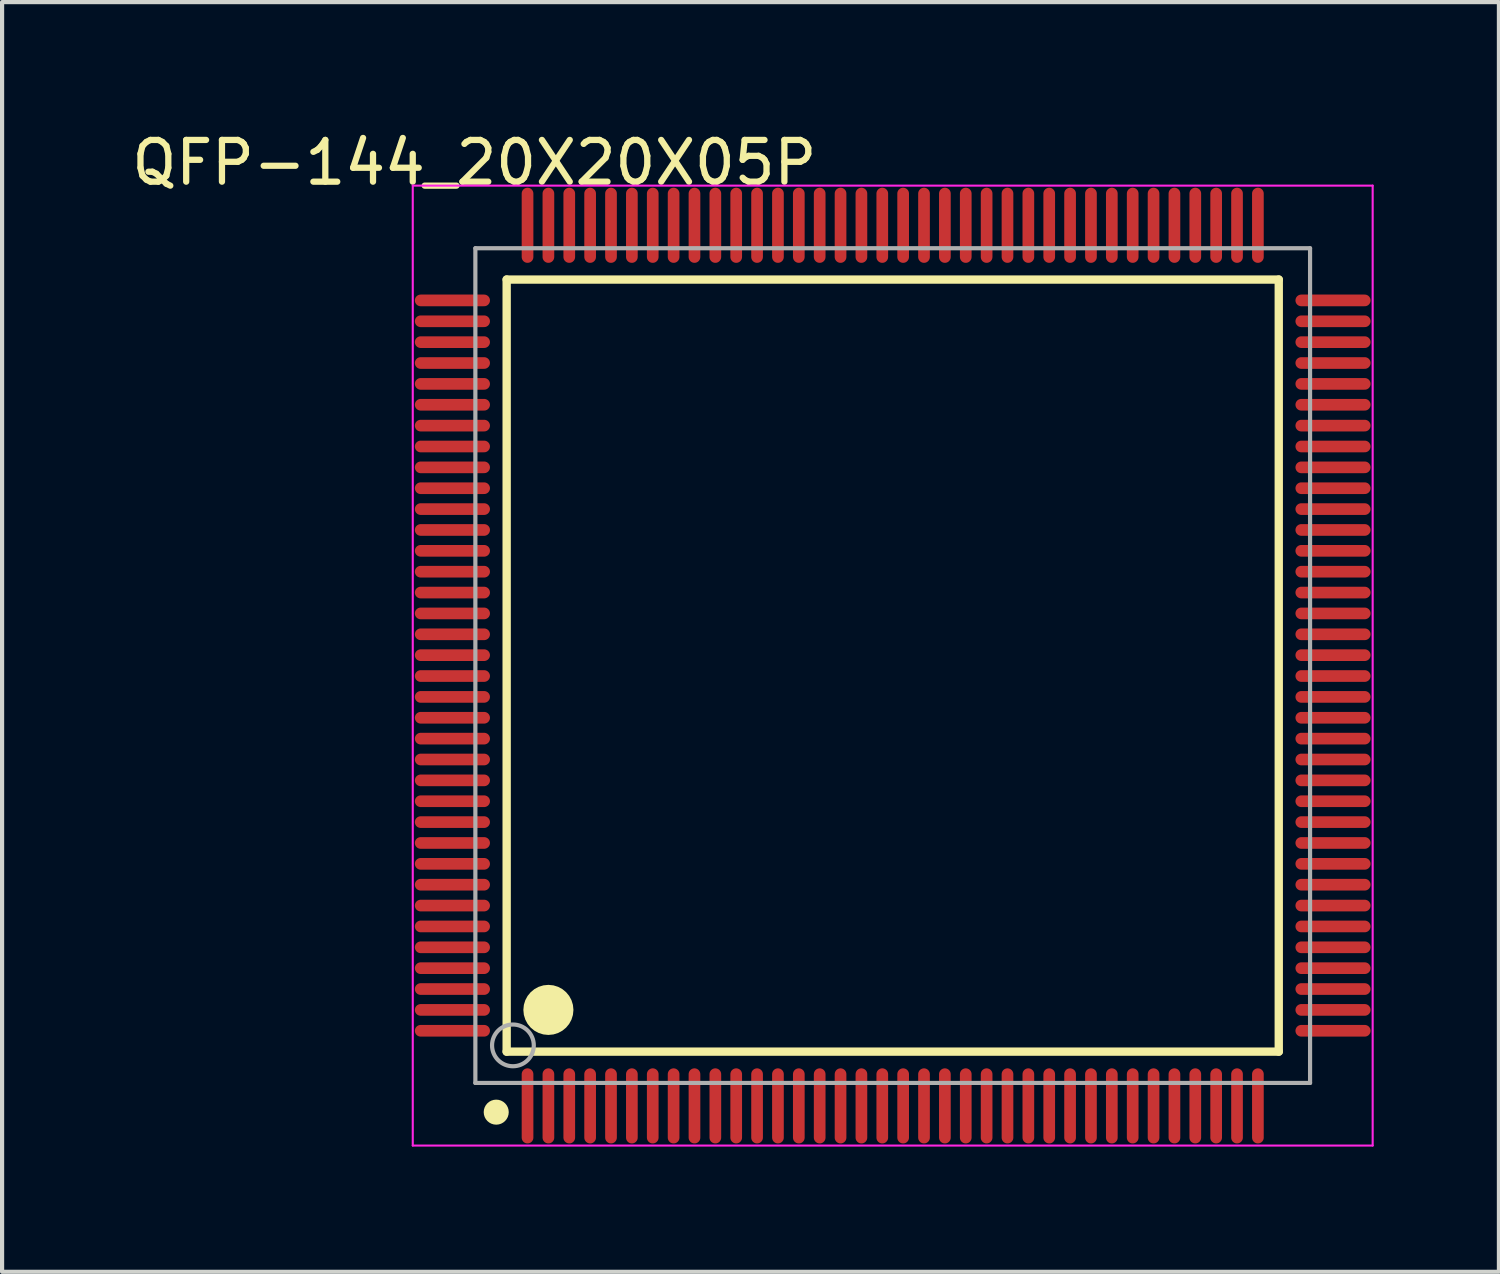
<source format=kicad_pcb>
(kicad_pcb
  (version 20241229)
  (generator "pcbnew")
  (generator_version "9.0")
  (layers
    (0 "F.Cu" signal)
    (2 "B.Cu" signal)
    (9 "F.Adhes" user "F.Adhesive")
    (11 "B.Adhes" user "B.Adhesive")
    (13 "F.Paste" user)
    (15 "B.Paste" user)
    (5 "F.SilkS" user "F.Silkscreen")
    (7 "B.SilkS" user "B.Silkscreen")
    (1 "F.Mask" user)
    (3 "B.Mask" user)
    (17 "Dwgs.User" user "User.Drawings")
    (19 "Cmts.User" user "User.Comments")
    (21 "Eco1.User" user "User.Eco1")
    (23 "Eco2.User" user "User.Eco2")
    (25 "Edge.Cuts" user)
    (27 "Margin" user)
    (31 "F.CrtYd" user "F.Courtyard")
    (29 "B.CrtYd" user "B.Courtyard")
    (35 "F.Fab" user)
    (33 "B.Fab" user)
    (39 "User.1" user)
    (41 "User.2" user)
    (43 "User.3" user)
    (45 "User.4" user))
  (footprint "QFP-144_20X20X05P"
    (layer "F.Cu")
    (at 18.34 12.898)
    (property "Reference" "QFP-144_20X20X05P" (at -10.024 -12.05 0) (layer "F.SilkS") (effects (font (size 1 1) (thickness 0.15))))
    (attr through_hole)
    (fp_line (start -9.25 -9.25) (end 9.25 -9.25) (stroke (width 0.2) (type solid)) (layer "F.SilkS"))
    (fp_line (start -9.25 9.25) (end -9.25 -9.25) (stroke (width 0.2) (type solid)) (layer "F.SilkS"))
    (fp_line (start -9.25 9.25) (end 9.25 9.25) (stroke (width 0.2) (type solid)) (layer "F.SilkS"))
    (fp_line (start 9.25 9.25) (end 9.25 -9.25) (stroke (width 0.2) (type solid)) (layer "F.SilkS"))
    (fp_circle (center -9.5 10.7) (end -9.35 10.7) (stroke (width 0.3) (type solid)) (fill no) (layer "F.SilkS"))
    (fp_circle (center -8.25 8.25) (end -7.95 8.25) (stroke (width 0.6) (type solid)) (fill no) (layer "F.SilkS"))
    (fp_line (start -11.5 -11.5) (end 11.5 -11.5) (stroke (width 0.05) (type solid)) (layer "F.CrtYd"))
    (fp_line (start -11.5 11.5) (end -11.5 -11.5) (stroke (width 0.05) (type solid)) (layer "F.CrtYd"))
    (fp_line (start 11.5 -11.5) (end 11.5 11.5) (stroke (width 0.05) (type solid)) (layer "F.CrtYd"))
    (fp_line (start 11.5 11.5) (end -11.5 11.5) (stroke (width 0.05) (type solid)) (layer "F.CrtYd"))
    (fp_line (start -10 -10) (end 10 -10) (stroke (width 0.1) (type solid)) (layer "F.Fab"))
    (fp_line (start -10 10) (end -10 -10) (stroke (width 0.1) (type solid)) (layer "F.Fab"))
    (fp_line (start -10 10) (end 10 10) (stroke (width 0.1) (type solid)) (layer "F.Fab"))
    (fp_line (start 10 10) (end 10 -10) (stroke (width 0.1) (type solid)) (layer "F.Fab"))
    (fp_circle (center -9.1 9.1) (end -8.6 9.1) (stroke (width 0.1) (type solid)) (fill no) (layer "F.Fab"))
    (pad "1" smd oval (at -8.75 10.55 180) (size 0.28 1.8) (layers "F.Cu" "F.Mask" "F.Paste"))
    (pad "2" smd oval (at -8.25 10.55 180) (size 0.28 1.8) (layers "F.Cu" "F.Mask" "F.Paste"))
    (pad "3" smd oval (at -7.75 10.55 180) (size 0.28 1.8) (layers "F.Cu" "F.Mask" "F.Paste"))
    (pad "4" smd oval (at -7.25 10.55 180) (size 0.28 1.8) (layers "F.Cu" "F.Mask" "F.Paste"))
    (pad "5" smd oval (at -6.75 10.55 180) (size 0.28 1.8) (layers "F.Cu" "F.Mask" "F.Paste"))
    (pad "6" smd oval (at -6.25 10.55 180) (size 0.28 1.8) (layers "F.Cu" "F.Mask" "F.Paste"))
    (pad "7" smd oval (at -5.75 10.55 180) (size 0.28 1.8) (layers "F.Cu" "F.Mask" "F.Paste"))
    (pad "8" smd oval (at -5.25 10.55 180) (size 0.28 1.8) (layers "F.Cu" "F.Mask" "F.Paste"))
    (pad "9" smd oval (at -4.75 10.55 180) (size 0.28 1.8) (layers "F.Cu" "F.Mask" "F.Paste"))
    (pad "10" smd oval (at -4.25 10.55 180) (size 0.28 1.8) (layers "F.Cu" "F.Mask" "F.Paste"))
    (pad "11" smd oval (at -3.75 10.55 180) (size 0.28 1.8) (layers "F.Cu" "F.Mask" "F.Paste"))
    (pad "12" smd oval (at -3.25 10.55 180) (size 0.28 1.8) (layers "F.Cu" "F.Mask" "F.Paste"))
    (pad "13" smd oval (at -2.75 10.55 180) (size 0.28 1.8) (layers "F.Cu" "F.Mask" "F.Paste"))
    (pad "14" smd oval (at -2.25 10.55 180) (size 0.28 1.8) (layers "F.Cu" "F.Mask" "F.Paste"))
    (pad "15" smd oval (at -1.75 10.55 180) (size 0.28 1.8) (layers "F.Cu" "F.Mask" "F.Paste"))
    (pad "16" smd oval (at -1.25 10.55 180) (size 0.28 1.8) (layers "F.Cu" "F.Mask" "F.Paste"))
    (pad "17" smd oval (at -0.75 10.55 180) (size 0.28 1.8) (layers "F.Cu" "F.Mask" "F.Paste"))
    (pad "18" smd oval (at -0.25 10.55 180) (size 0.28 1.8) (layers "F.Cu" "F.Mask" "F.Paste"))
    (pad "19" smd oval (at 0.25 10.55 180) (size 0.28 1.8) (layers "F.Cu" "F.Mask" "F.Paste"))
    (pad "20" smd oval (at 0.75 10.55 180) (size 0.28 1.8) (layers "F.Cu" "F.Mask" "F.Paste"))
    (pad "21" smd oval (at 1.25 10.55 180) (size 0.28 1.8) (layers "F.Cu" "F.Mask" "F.Paste"))
    (pad "22" smd oval (at 1.75 10.55 180) (size 0.28 1.8) (layers "F.Cu" "F.Mask" "F.Paste"))
    (pad "23" smd oval (at 2.25 10.55 180) (size 0.28 1.8) (layers "F.Cu" "F.Mask" "F.Paste"))
    (pad "24" smd oval (at 2.75 10.55 180) (size 0.28 1.8) (layers "F.Cu" "F.Mask" "F.Paste"))
    (pad "25" smd oval (at 3.25 10.55 180) (size 0.28 1.8) (layers "F.Cu" "F.Mask" "F.Paste"))
    (pad "26" smd oval (at 3.75 10.55 180) (size 0.28 1.8) (layers "F.Cu" "F.Mask" "F.Paste"))
    (pad "27" smd oval (at 4.25 10.55 180) (size 0.28 1.8) (layers "F.Cu" "F.Mask" "F.Paste"))
    (pad "28" smd oval (at 4.75 10.55 180) (size 0.28 1.8) (layers "F.Cu" "F.Mask" "F.Paste"))
    (pad "29" smd oval (at 5.25 10.55 180) (size 0.28 1.8) (layers "F.Cu" "F.Mask" "F.Paste"))
    (pad "30" smd oval (at 5.75 10.55 180) (size 0.28 1.8) (layers "F.Cu" "F.Mask" "F.Paste"))
    (pad "31" smd oval (at 6.25 10.55 180) (size 0.28 1.8) (layers "F.Cu" "F.Mask" "F.Paste"))
    (pad "32" smd oval (at 6.75 10.55 180) (size 0.28 1.8) (layers "F.Cu" "F.Mask" "F.Paste"))
    (pad "33" smd oval (at 7.25 10.55 180) (size 0.28 1.8) (layers "F.Cu" "F.Mask" "F.Paste"))
    (pad "34" smd oval (at 7.75 10.55 180) (size 0.28 1.8) (layers "F.Cu" "F.Mask" "F.Paste"))
    (pad "35" smd oval (at 8.25 10.55 180) (size 0.28 1.8) (layers "F.Cu" "F.Mask" "F.Paste"))
    (pad "36" smd oval (at 8.75 10.55 180) (size 0.28 1.8) (layers "F.Cu" "F.Mask" "F.Paste"))
    (pad "37" smd oval (at 10.55 8.75 90) (size 0.28 1.8) (layers "F.Cu" "F.Mask" "F.Paste"))
    (pad "38" smd oval (at 10.55 8.25 90) (size 0.28 1.8) (layers "F.Cu" "F.Mask" "F.Paste"))
    (pad "39" smd oval (at 10.55 7.75 90) (size 0.28 1.8) (layers "F.Cu" "F.Mask" "F.Paste"))
    (pad "40" smd oval (at 10.55 7.25 90) (size 0.28 1.8) (layers "F.Cu" "F.Mask" "F.Paste"))
    (pad "41" smd oval (at 10.55 6.75 90) (size 0.28 1.8) (layers "F.Cu" "F.Mask" "F.Paste"))
    (pad "42" smd oval (at 10.55 6.25 90) (size 0.28 1.8) (layers "F.Cu" "F.Mask" "F.Paste"))
    (pad "43" smd oval (at 10.55 5.75 90) (size 0.28 1.8) (layers "F.Cu" "F.Mask" "F.Paste"))
    (pad "44" smd oval (at 10.55 5.25 90) (size 0.28 1.8) (layers "F.Cu" "F.Mask" "F.Paste"))
    (pad "45" smd oval (at 10.55 4.75 90) (size 0.28 1.8) (layers "F.Cu" "F.Mask" "F.Paste"))
    (pad "46" smd oval (at 10.55 4.25 90) (size 0.28 1.8) (layers "F.Cu" "F.Mask" "F.Paste"))
    (pad "47" smd oval (at 10.55 3.75 90) (size 0.28 1.8) (layers "F.Cu" "F.Mask" "F.Paste"))
    (pad "48" smd oval (at 10.55 3.25 90) (size 0.28 1.8) (layers "F.Cu" "F.Mask" "F.Paste"))
    (pad "49" smd oval (at 10.55 2.75 90) (size 0.28 1.8) (layers "F.Cu" "F.Mask" "F.Paste"))
    (pad "50" smd oval (at 10.55 2.25 90) (size 0.28 1.8) (layers "F.Cu" "F.Mask" "F.Paste"))
    (pad "51" smd oval (at 10.55 1.75 90) (size 0.28 1.8) (layers "F.Cu" "F.Mask" "F.Paste"))
    (pad "52" smd oval (at 10.55 1.25 90) (size 0.28 1.8) (layers "F.Cu" "F.Mask" "F.Paste"))
    (pad "53" smd oval (at 10.55 0.75 90) (size 0.28 1.8) (layers "F.Cu" "F.Mask" "F.Paste"))
    (pad "54" smd oval (at 10.55 0.25 90) (size 0.28 1.8) (layers "F.Cu" "F.Mask" "F.Paste"))
    (pad "55" smd oval (at 10.55 -0.25 90) (size 0.28 1.8) (layers "F.Cu" "F.Mask" "F.Paste"))
    (pad "56" smd oval (at 10.55 -0.75 90) (size 0.28 1.8) (layers "F.Cu" "F.Mask" "F.Paste"))
    (pad "57" smd oval (at 10.55 -1.25 90) (size 0.28 1.8) (layers "F.Cu" "F.Mask" "F.Paste"))
    (pad "58" smd oval (at 10.55 -1.75 90) (size 0.28 1.8) (layers "F.Cu" "F.Mask" "F.Paste"))
    (pad "59" smd oval (at 10.55 -2.25 90) (size 0.28 1.8) (layers "F.Cu" "F.Mask" "F.Paste"))
    (pad "60" smd oval (at 10.55 -2.75 90) (size 0.28 1.8) (layers "F.Cu" "F.Mask" "F.Paste"))
    (pad "61" smd oval (at 10.55 -3.25 90) (size 0.28 1.8) (layers "F.Cu" "F.Mask" "F.Paste"))
    (pad "62" smd oval (at 10.55 -3.75 90) (size 0.28 1.8) (layers "F.Cu" "F.Mask" "F.Paste"))
    (pad "63" smd oval (at 10.55 -4.25 90) (size 0.28 1.8) (layers "F.Cu" "F.Mask" "F.Paste"))
    (pad "64" smd oval (at 10.55 -4.75 90) (size 0.28 1.8) (layers "F.Cu" "F.Mask" "F.Paste"))
    (pad "65" smd oval (at 10.55 -5.25 90) (size 0.28 1.8) (layers "F.Cu" "F.Mask" "F.Paste"))
    (pad "66" smd oval (at 10.55 -5.75 90) (size 0.28 1.8) (layers "F.Cu" "F.Mask" "F.Paste"))
    (pad "67" smd oval (at 10.55 -6.25 90) (size 0.28 1.8) (layers "F.Cu" "F.Mask" "F.Paste"))
    (pad "68" smd oval (at 10.55 -6.75 90) (size 0.28 1.8) (layers "F.Cu" "F.Mask" "F.Paste"))
    (pad "69" smd oval (at 10.55 -7.25 90) (size 0.28 1.8) (layers "F.Cu" "F.Mask" "F.Paste"))
    (pad "70" smd oval (at 10.55 -7.75 90) (size 0.28 1.8) (layers "F.Cu" "F.Mask" "F.Paste"))
    (pad "71" smd oval (at 10.55 -8.25 90) (size 0.28 1.8) (layers "F.Cu" "F.Mask" "F.Paste"))
    (pad "72" smd oval (at 10.55 -8.75 90) (size 0.28 1.8) (layers "F.Cu" "F.Mask" "F.Paste"))
    (pad "73" smd oval (at 8.75 -10.55 180) (size 0.28 1.8) (layers "F.Cu" "F.Mask" "F.Paste"))
    (pad "74" smd oval (at 8.25 -10.55 180) (size 0.28 1.8) (layers "F.Cu" "F.Mask" "F.Paste"))
    (pad "75" smd oval (at 7.75 -10.55 180) (size 0.28 1.8) (layers "F.Cu" "F.Mask" "F.Paste"))
    (pad "76" smd oval (at 7.25 -10.55 180) (size 0.28 1.8) (layers "F.Cu" "F.Mask" "F.Paste"))
    (pad "77" smd oval (at 6.75 -10.55 180) (size 0.28 1.8) (layers "F.Cu" "F.Mask" "F.Paste"))
    (pad "78" smd oval (at 6.25 -10.55 180) (size 0.28 1.8) (layers "F.Cu" "F.Mask" "F.Paste"))
    (pad "79" smd oval (at 5.75 -10.55 180) (size 0.28 1.8) (layers "F.Cu" "F.Mask" "F.Paste"))
    (pad "80" smd oval (at 5.25 -10.55 180) (size 0.28 1.8) (layers "F.Cu" "F.Mask" "F.Paste"))
    (pad "81" smd oval (at 4.75 -10.55 180) (size 0.28 1.8) (layers "F.Cu" "F.Mask" "F.Paste"))
    (pad "82" smd oval (at 4.25 -10.55 180) (size 0.28 1.8) (layers "F.Cu" "F.Mask" "F.Paste"))
    (pad "83" smd oval (at 3.75 -10.55 180) (size 0.28 1.8) (layers "F.Cu" "F.Mask" "F.Paste"))
    (pad "84" smd oval (at 3.25 -10.55 180) (size 0.28 1.8) (layers "F.Cu" "F.Mask" "F.Paste"))
    (pad "85" smd oval (at 2.75 -10.55 180) (size 0.28 1.8) (layers "F.Cu" "F.Mask" "F.Paste"))
    (pad "86" smd oval (at 2.25 -10.55 180) (size 0.28 1.8) (layers "F.Cu" "F.Mask" "F.Paste"))
    (pad "87" smd oval (at 1.75 -10.55 180) (size 0.28 1.8) (layers "F.Cu" "F.Mask" "F.Paste"))
    (pad "88" smd oval (at 1.25 -10.55 180) (size 0.28 1.8) (layers "F.Cu" "F.Mask" "F.Paste"))
    (pad "89" smd oval (at 0.75 -10.55 180) (size 0.28 1.8) (layers "F.Cu" "F.Mask" "F.Paste"))
    (pad "90" smd oval (at 0.25 -10.55 180) (size 0.28 1.8) (layers "F.Cu" "F.Mask" "F.Paste"))
    (pad "91" smd oval (at -0.25 -10.55 180) (size 0.28 1.8) (layers "F.Cu" "F.Mask" "F.Paste"))
    (pad "92" smd oval (at -0.75 -10.55 180) (size 0.28 1.8) (layers "F.Cu" "F.Mask" "F.Paste"))
    (pad "93" smd oval (at -1.25 -10.55 180) (size 0.28 1.8) (layers "F.Cu" "F.Mask" "F.Paste"))
    (pad "94" smd oval (at -1.75 -10.55 180) (size 0.28 1.8) (layers "F.Cu" "F.Mask" "F.Paste"))
    (pad "95" smd oval (at -2.25 -10.55 180) (size 0.28 1.8) (layers "F.Cu" "F.Mask" "F.Paste"))
    (pad "96" smd oval (at -2.75 -10.55 180) (size 0.28 1.8) (layers "F.Cu" "F.Mask" "F.Paste"))
    (pad "97" smd oval (at -3.25 -10.55 180) (size 0.28 1.8) (layers "F.Cu" "F.Mask" "F.Paste"))
    (pad "98" smd oval (at -3.75 -10.55 180) (size 0.28 1.8) (layers "F.Cu" "F.Mask" "F.Paste"))
    (pad "99" smd oval (at -4.25 -10.55 180) (size 0.28 1.8) (layers "F.Cu" "F.Mask" "F.Paste"))
    (pad "100" smd oval (at -4.75 -10.55 180) (size 0.28 1.8) (layers "F.Cu" "F.Mask" "F.Paste"))
    (pad "101" smd oval (at -5.25 -10.55 180) (size 0.28 1.8) (layers "F.Cu" "F.Mask" "F.Paste"))
    (pad "102" smd oval (at -5.75 -10.55 180) (size 0.28 1.8) (layers "F.Cu" "F.Mask" "F.Paste"))
    (pad "103" smd oval (at -6.25 -10.55 180) (size 0.28 1.8) (layers "F.Cu" "F.Mask" "F.Paste"))
    (pad "104" smd oval (at -6.75 -10.55 180) (size 0.28 1.8) (layers "F.Cu" "F.Mask" "F.Paste"))
    (pad "105" smd oval (at -7.25 -10.55 180) (size 0.28 1.8) (layers "F.Cu" "F.Mask" "F.Paste"))
    (pad "106" smd oval (at -7.75 -10.55 180) (size 0.28 1.8) (layers "F.Cu" "F.Mask" "F.Paste"))
    (pad "107" smd oval (at -8.25 -10.55 180) (size 0.28 1.8) (layers "F.Cu" "F.Mask" "F.Paste"))
    (pad "108" smd oval (at -8.75 -10.55 180) (size 0.28 1.8) (layers "F.Cu" "F.Mask" "F.Paste"))
    (pad "109" smd oval (at -10.55 -8.75 90) (size 0.28 1.8) (layers "F.Cu" "F.Mask" "F.Paste"))
    (pad "110" smd oval (at -10.55 -8.25 90) (size 0.28 1.8) (layers "F.Cu" "F.Mask" "F.Paste"))
    (pad "111" smd oval (at -10.55 -7.75 90) (size 0.28 1.8) (layers "F.Cu" "F.Mask" "F.Paste"))
    (pad "112" smd oval (at -10.55 -7.25 90) (size 0.28 1.8) (layers "F.Cu" "F.Mask" "F.Paste"))
    (pad "113" smd oval (at -10.55 -6.75 90) (size 0.28 1.8) (layers "F.Cu" "F.Mask" "F.Paste"))
    (pad "114" smd oval (at -10.55 -6.25 90) (size 0.28 1.8) (layers "F.Cu" "F.Mask" "F.Paste"))
    (pad "115" smd oval (at -10.55 -5.75 90) (size 0.28 1.8) (layers "F.Cu" "F.Mask" "F.Paste"))
    (pad "116" smd oval (at -10.55 -5.25 90) (size 0.28 1.8) (layers "F.Cu" "F.Mask" "F.Paste"))
    (pad "117" smd oval (at -10.55 -4.75 90) (size 0.28 1.8) (layers "F.Cu" "F.Mask" "F.Paste"))
    (pad "118" smd oval (at -10.55 -4.25 90) (size 0.28 1.8) (layers "F.Cu" "F.Mask" "F.Paste"))
    (pad "119" smd oval (at -10.55 -3.75 90) (size 0.28 1.8) (layers "F.Cu" "F.Mask" "F.Paste"))
    (pad "120" smd oval (at -10.55 -3.25 90) (size 0.28 1.8) (layers "F.Cu" "F.Mask" "F.Paste"))
    (pad "121" smd oval (at -10.55 -2.75 90) (size 0.28 1.8) (layers "F.Cu" "F.Mask" "F.Paste"))
    (pad "122" smd oval (at -10.55 -2.25 90) (size 0.28 1.8) (layers "F.Cu" "F.Mask" "F.Paste"))
    (pad "123" smd oval (at -10.55 -1.75 90) (size 0.28 1.8) (layers "F.Cu" "F.Mask" "F.Paste"))
    (pad "124" smd oval (at -10.55 -1.25 90) (size 0.28 1.8) (layers "F.Cu" "F.Mask" "F.Paste"))
    (pad "125" smd oval (at -10.55 -0.75 90) (size 0.28 1.8) (layers "F.Cu" "F.Mask" "F.Paste"))
    (pad "126" smd oval (at -10.55 -0.25 90) (size 0.28 1.8) (layers "F.Cu" "F.Mask" "F.Paste"))
    (pad "127" smd oval (at -10.55 0.25 90) (size 0.28 1.8) (layers "F.Cu" "F.Mask" "F.Paste"))
    (pad "128" smd oval (at -10.55 0.75 90) (size 0.28 1.8) (layers "F.Cu" "F.Mask" "F.Paste"))
    (pad "129" smd oval (at -10.55 1.25 90) (size 0.28 1.8) (layers "F.Cu" "F.Mask" "F.Paste"))
    (pad "130" smd oval (at -10.55 1.75 90) (size 0.28 1.8) (layers "F.Cu" "F.Mask" "F.Paste"))
    (pad "131" smd oval (at -10.55 2.25 90) (size 0.28 1.8) (layers "F.Cu" "F.Mask" "F.Paste"))
    (pad "132" smd oval (at -10.55 2.75 90) (size 0.28 1.8) (layers "F.Cu" "F.Mask" "F.Paste"))
    (pad "133" smd oval (at -10.55 3.25 90) (size 0.28 1.8) (layers "F.Cu" "F.Mask" "F.Paste"))
    (pad "134" smd oval (at -10.55 3.75 90) (size 0.28 1.8) (layers "F.Cu" "F.Mask" "F.Paste"))
    (pad "135" smd oval (at -10.55 4.25 90) (size 0.28 1.8) (layers "F.Cu" "F.Mask" "F.Paste"))
    (pad "136" smd oval (at -10.55 4.75 90) (size 0.28 1.8) (layers "F.Cu" "F.Mask" "F.Paste"))
    (pad "137" smd oval (at -10.55 5.25 90) (size 0.28 1.8) (layers "F.Cu" "F.Mask" "F.Paste"))
    (pad "138" smd oval (at -10.55 5.75 90) (size 0.28 1.8) (layers "F.Cu" "F.Mask" "F.Paste"))
    (pad "139" smd oval (at -10.55 6.25 90) (size 0.28 1.8) (layers "F.Cu" "F.Mask" "F.Paste"))
    (pad "140" smd oval (at -10.55 6.75 90) (size 0.28 1.8) (layers "F.Cu" "F.Mask" "F.Paste"))
    (pad "141" smd oval (at -10.55 7.25 90) (size 0.28 1.8) (layers "F.Cu" "F.Mask" "F.Paste"))
    (pad "142" smd oval (at -10.55 7.75 90) (size 0.28 1.8) (layers "F.Cu" "F.Mask" "F.Paste"))
    (pad "143" smd oval (at -10.55 8.25 90) (size 0.28 1.8) (layers "F.Cu" "F.Mask" "F.Paste"))
    (pad "144" smd oval (at -10.55 8.75 90) (size 0.28 1.8) (layers "F.Cu" "F.Mask" "F.Paste")))
  (gr_rect
    (start -3 -3)
    (end 32.865 27.423)
    (stroke (width 0.1) (type default))
    (fill no)
    (layer "Edge.Cuts")))
</source>
